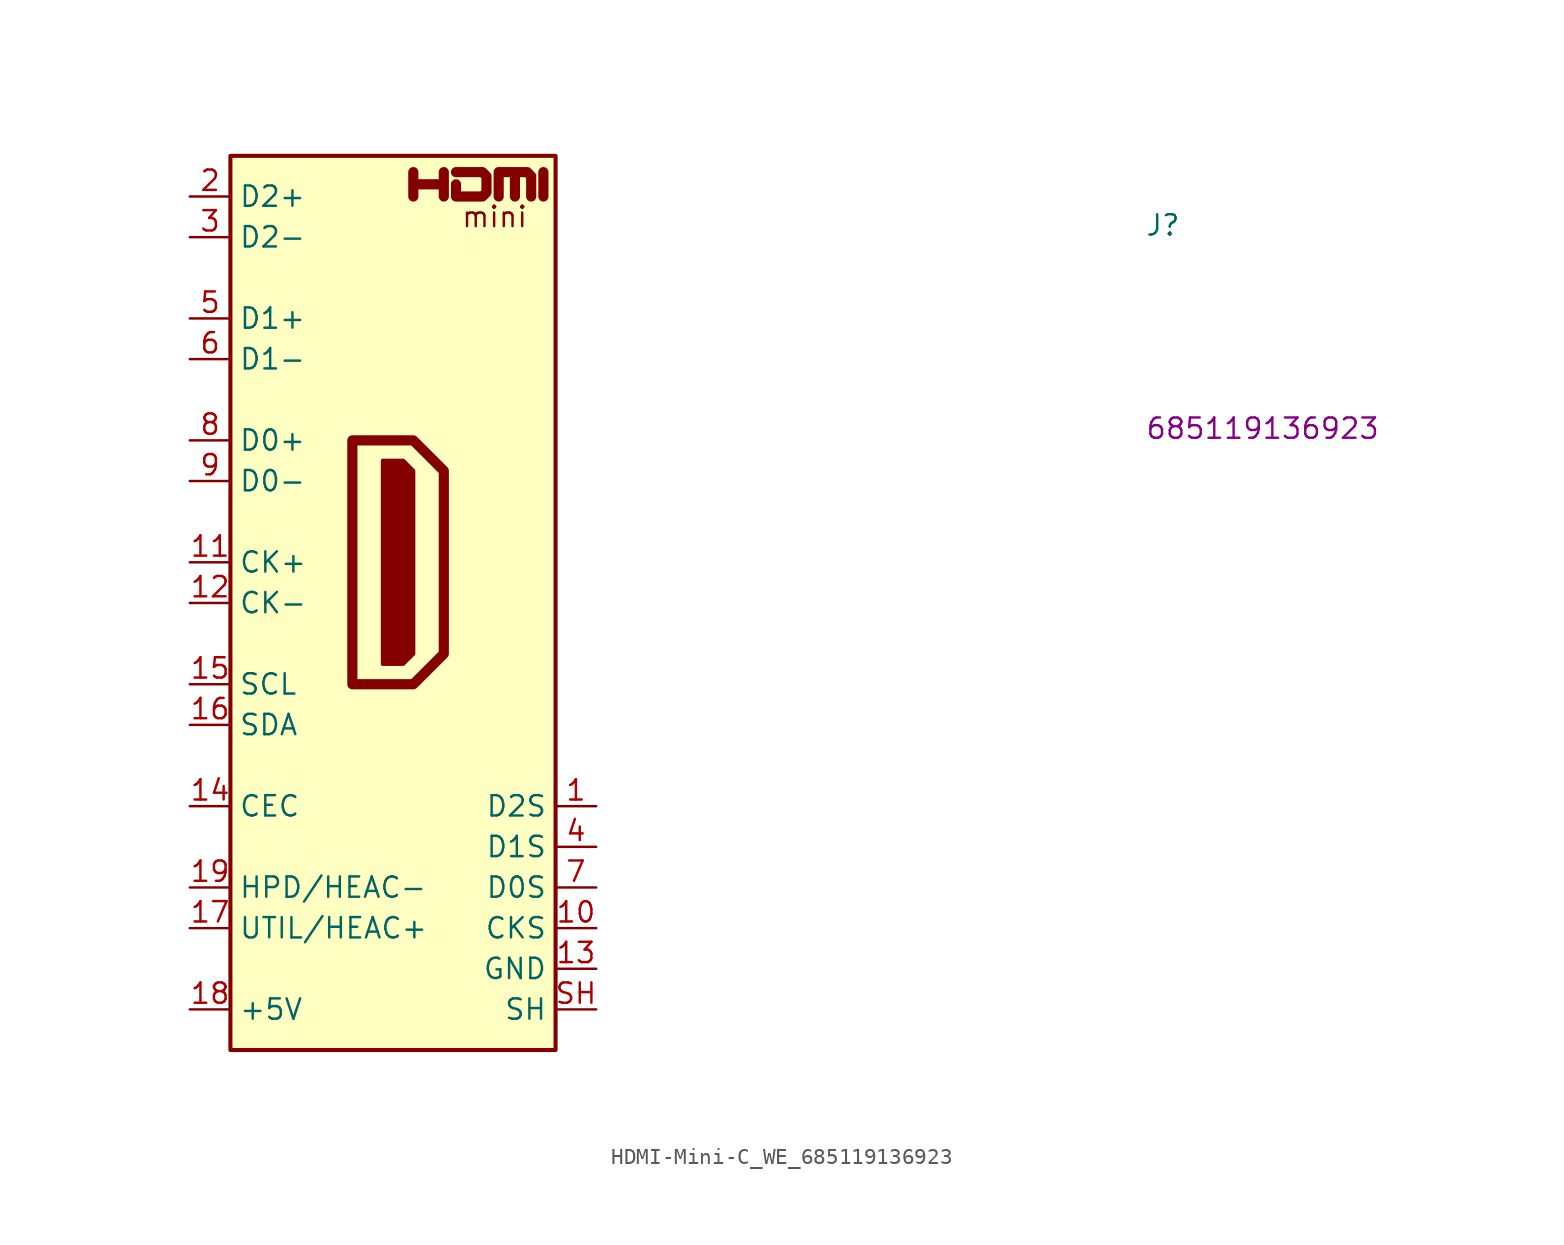
<source format=kicad_sym>
(kicad_symbol_lib
  (version 20220914)
  (generator kicad_symbol_editor)
  (symbol "HDMI-Mini-C_WE_685119136923"
    (property "Reference" "J"
      (at 59.69 -2.54 0)
      (effects (font (size 1.27 1.27) (thickness 0.15)) (justify left bottom)))
    (property "MPN" "685119136923"
      (at 59.69 -15.24 0)
      (effects (font (size 1.27 1.27) (thickness 0.15)) (justify left bottom)))
    (symbol "HDMI-Mini-C_WE_685119136923_0_0"
      (polyline (pts (xy 22.098 0) (xy 22.098 1.524)) (stroke (width 0.635) (type default)) (fill (type none)))
      (polyline (pts (xy 13.97 0) (xy 13.97 1.524) (xy 13.97 0.762) (xy 15.875 0.762) (xy 15.875 1.524) (xy 15.875 0)) (stroke (width 0.635) (type default)) (fill (type none)))
      (polyline (pts (xy 16.637 1.524) (xy 18.288 1.524) (xy 18.542 1.27) (xy 18.542 0.254) (xy 18.288 0) (xy 16.637 0) (xy 16.637 0.762)) (stroke (width 0.635) (type default)) (fill (type none)))
      (text "mini" (at 19.05 -1.27 0) (effects (font (size 1.27 1.27)))))
    (symbol "HDMI-Mini-C_WE_685119136923_0_1"
      (polyline (pts (xy 10.16 -15.24) (xy 13.97 -15.24) (xy 15.875 -17.145) (xy 15.875 -28.575) (xy 13.97 -30.48) (xy 10.16 -30.48) (xy 10.16 -15.24)) (stroke (width 0.635) (type default)) (fill (type none)))
      (polyline (pts (xy 12.065 -16.51) (xy 13.335 -16.51) (xy 13.97 -17.145) (xy 13.97 -28.575) (xy 13.335 -29.21) (xy 12.065 -29.21) (xy 12.065 -16.51)) (stroke (width 0.254) (type default)) (fill (type outline)))
      (polyline (pts (xy 19.304 0) (xy 19.304 1.524) (xy 20.32 1.524) (xy 20.32 0) (xy 20.32 1.524) (xy 21.082 1.524) (xy 21.336 1.27) (xy 21.336 0)) (stroke (width 0.635) (type default)) (fill (type none)))
      (rectangle (start 2.54 2.54) (end 22.86 -53.34) (stroke (width 0.254) (type default)) (fill (type background)))
      (pin passive line (at 25.4 -38.1 180) (length 2.54) (name "D2S" (effects (font (size 1.27 1.27)))) (number "1" (effects (font (size 1.27 1.27)))))
      (pin passive line (at 25.4 -45.72 180) (length 2.54) (name "CKS" (effects (font (size 1.27 1.27)))) (number "10" (effects (font (size 1.27 1.27)))))
      (pin bidirectional line (at 0 -22.86 0) (length 2.54) (name "CK+" (effects (font (size 1.27 1.27)))) (number "11" (effects (font (size 1.27 1.27)))))
      (pin bidirectional line (at 0 -25.4 0) (length 2.54) (name "CK-" (effects (font (size 1.27 1.27)))) (number "12" (effects (font (size 1.27 1.27)))))
      (pin power_in line (at 25.4 -48.26 180) (length 2.54) (name "GND" (effects (font (size 1.27 1.27)))) (number "13" (effects (font (size 1.27 1.27)))))
      (pin bidirectional line (at 0 -38.1 0) (length 2.54) (name "CEC" (effects (font (size 1.27 1.27)))) (number "14" (effects (font (size 1.27 1.27)))))
      (pin bidirectional line (at 0 -30.48 0) (length 2.54) (name "SCL" (effects (font (size 1.27 1.27)))) (number "15" (effects (font (size 1.27 1.27)))))
      (pin bidirectional line (at 0 -33.02 0) (length 2.54) (name "SDA" (effects (font (size 1.27 1.27)))) (number "16" (effects (font (size 1.27 1.27)))))
      (pin bidirectional line (at 0 -45.72 0) (length 2.54) (name "UTIL/HEAC+" (effects (font (size 1.27 1.27)))) (number "17" (effects (font (size 1.27 1.27)))) (alternate "HEAC+" passive line) (alternate "Utility" passive line))
      (pin power_in line (at 0 -50.8 0) (length 2.54) (name "+5V" (effects (font (size 1.27 1.27)))) (number "18" (effects (font (size 1.27 1.27)))))
      (pin bidirectional line (at 0 -43.18 0) (length 2.54) (name "HPD/HEAC-" (effects (font (size 1.27 1.27)))) (number "19" (effects (font (size 1.27 1.27)))) (alternate "HEAC-" passive line) (alternate "HPD" passive line))
      (pin bidirectional line (at 0 0 0) (length 2.54) (name "D2+" (effects (font (size 1.27 1.27)))) (number "2" (effects (font (size 1.27 1.27)))))
      (pin bidirectional line (at 0 -2.54 0) (length 2.54) (name "D2-" (effects (font (size 1.27 1.27)))) (number "3" (effects (font (size 1.27 1.27)))))
      (pin passive line (at 25.4 -40.64 180) (length 2.54) (name "D1S" (effects (font (size 1.27 1.27)))) (number "4" (effects (font (size 1.27 1.27)))))
      (pin bidirectional line (at 0 -7.62 0) (length 2.54) (name "D1+" (effects (font (size 1.27 1.27)))) (number "5" (effects (font (size 1.27 1.27)))))
      (pin bidirectional line (at 0 -10.16 0) (length 2.54) (name "D1-" (effects (font (size 1.27 1.27)))) (number "6" (effects (font (size 1.27 1.27)))))
      (pin passive line (at 25.4 -43.18 180) (length 2.54) (name "D0S" (effects (font (size 1.27 1.27)))) (number "7" (effects (font (size 1.27 1.27)))))
      (pin bidirectional line (at 0 -15.24 0) (length 2.54) (name "D0+" (effects (font (size 1.27 1.27)))) (number "8" (effects (font (size 1.27 1.27)))))
      (pin bidirectional line (at 0 -17.78 0) (length 2.54) (name "D0-" (effects (font (size 1.27 1.27)))) (number "9" (effects (font (size 1.27 1.27)))))
      (pin passive line (at 25.4 -50.8 180) (length 2.54) (name "SH" (effects (font (size 1.27 1.27)))) (number "SH" (effects (font (size 1.27 1.27))))))))
</source>
